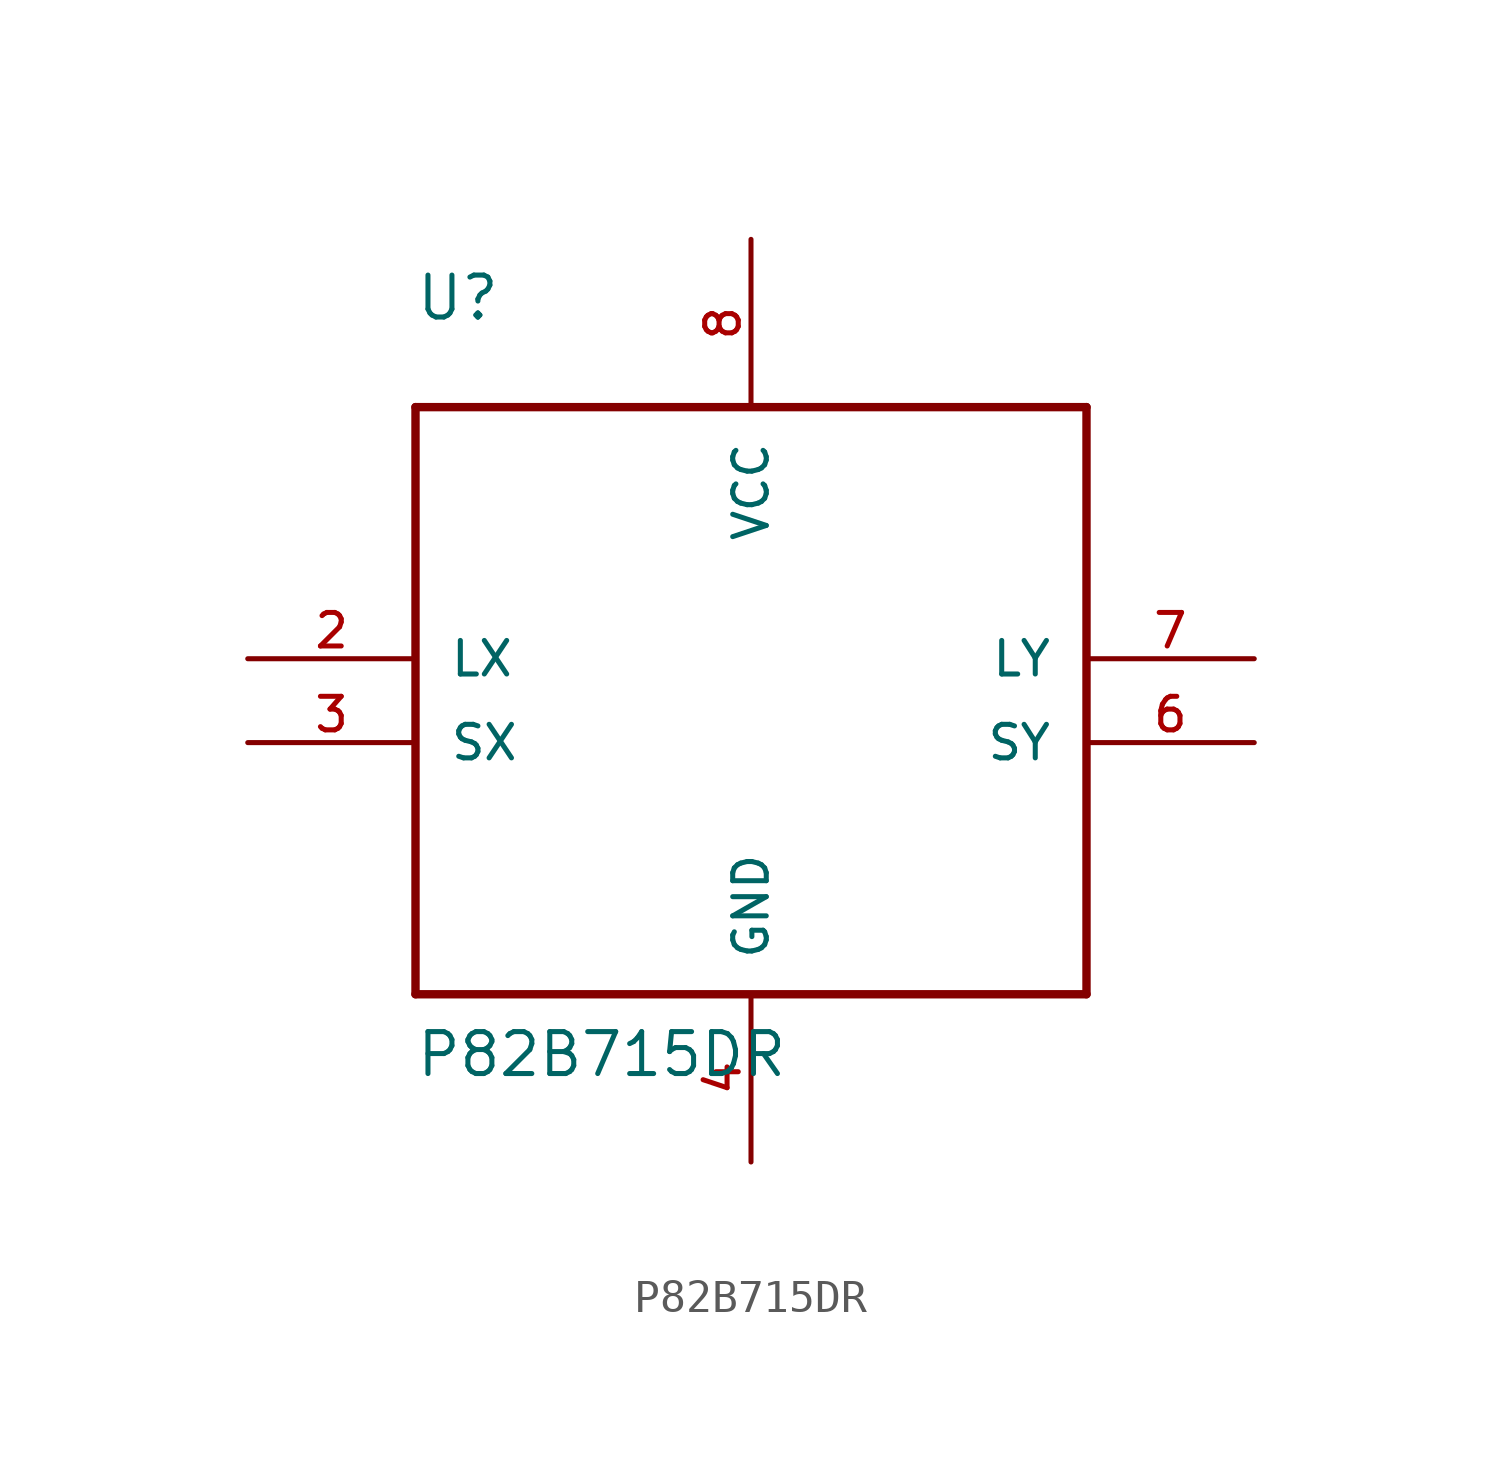
<source format=kicad_sym>
(kicad_symbol_lib
  (version 20211014)
  (generator kicad_symbol_editor)
  (symbol "P82B715DR"
    (pin_names
      (offset 1.016))
    (property "Reference" "U"
      (at -10.185 12.725 0)
      (effects (font (size 1.27 1.27)) (justify left bottom)))
    (property "Value" "P82B715DR"
      (at -10.185 -10.185 0)
      (effects (font (size 1.27 1.27)) (justify left bottom)))
    (property "ki_locked" ""
      (at 0 0 0)
      (effects (font (size 1.27 1.27))))
    (symbol "P82B715DR_0_0"
      (polyline (pts (xy -10.16 -7.62) (xy 10.16 -7.62)) (stroke (width 0.254) (type default) (color 0 0 0 0)) (fill (type none)))
      (polyline (pts (xy -10.16 10.16) (xy -10.16 -7.62)) (stroke (width 0.254) (type default) (color 0 0 0 0)) (fill (type none)))
      (polyline (pts (xy 10.16 -7.62) (xy 10.16 10.16)) (stroke (width 0.254) (type default) (color 0 0 0 0)) (fill (type none)))
      (polyline (pts (xy 10.16 10.16) (xy -10.16 10.16)) (stroke (width 0.254) (type default) (color 0 0 0 0)) (fill (type none)))
      (pin passive line (at -15.24 2.54 0) (length 5.08) (name "LX" (effects (font (size 1.016 1.016)))) (number "2" (effects (font (size 1.016 1.016)))))
      (pin passive line (at -15.24 0 0) (length 5.08) (name "SX" (effects (font (size 1.016 1.016)))) (number "3" (effects (font (size 1.016 1.016)))))
      (pin power_in line (at 0 -12.7 90) (length 5.08) (name "GND" (effects (font (size 1.016 1.016)))) (number "4" (effects (font (size 1.016 1.016)))))
      (pin passive line (at 15.24 0 180) (length 5.08) (name "SY" (effects (font (size 1.016 1.016)))) (number "6" (effects (font (size 1.016 1.016)))))
      (pin passive line (at 15.24 2.54 180) (length 5.08) (name "LY" (effects (font (size 1.016 1.016)))) (number "7" (effects (font (size 1.016 1.016)))))
      (pin power_in line (at 0 15.24 270) (length 5.08) (name "VCC" (effects (font (size 1.016 1.016)))) (number "8" (effects (font (size 1.016 1.016))))))))
</source>
